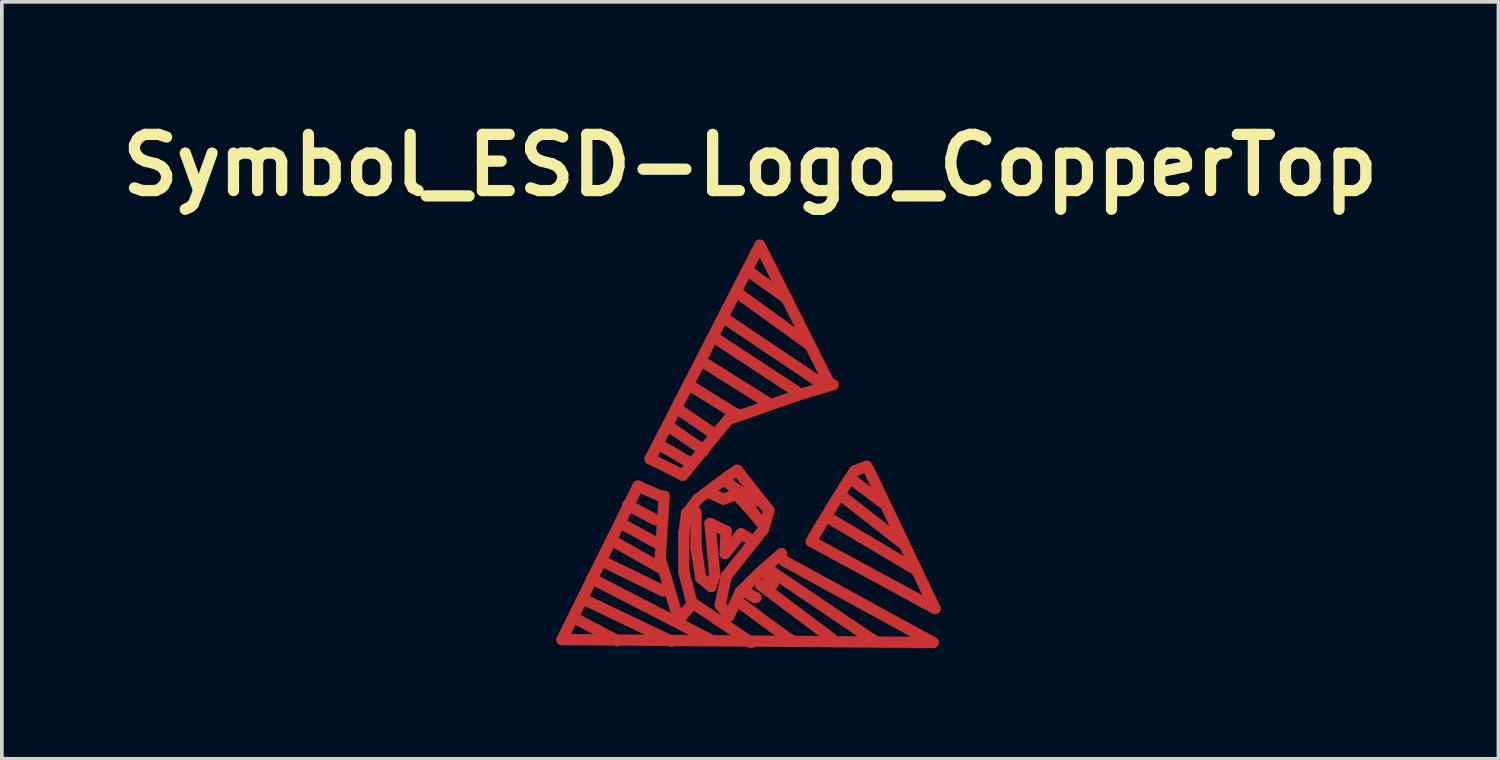
<source format=kicad_pcb>
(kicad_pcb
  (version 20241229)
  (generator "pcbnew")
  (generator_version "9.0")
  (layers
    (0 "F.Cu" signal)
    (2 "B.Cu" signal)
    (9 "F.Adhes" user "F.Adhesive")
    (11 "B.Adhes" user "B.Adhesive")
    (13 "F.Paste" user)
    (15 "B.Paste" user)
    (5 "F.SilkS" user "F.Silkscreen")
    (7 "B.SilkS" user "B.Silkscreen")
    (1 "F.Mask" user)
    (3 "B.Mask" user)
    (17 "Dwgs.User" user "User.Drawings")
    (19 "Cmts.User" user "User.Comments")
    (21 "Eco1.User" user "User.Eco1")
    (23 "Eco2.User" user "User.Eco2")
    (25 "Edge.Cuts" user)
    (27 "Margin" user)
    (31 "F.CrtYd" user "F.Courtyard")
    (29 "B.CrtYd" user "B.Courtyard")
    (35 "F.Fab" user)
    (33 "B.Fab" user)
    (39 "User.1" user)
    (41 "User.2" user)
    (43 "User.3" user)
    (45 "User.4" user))
  (footprint "Symbol_ESD-Logo_CopperTop"
    (layer "F.Cu")
    (at 17.337 10.977)
    (property "Reference" "Symbol_ESD-Logo_CopperTop" (at -0.051 -9.55 0) (layer "F.SilkS") (effects (font (size 1.524 1.524) (thickness 0.305))))
    (attr through_hole)
    (fp_line (start -5.151 3.312) (end 4.91 3.391) (stroke (width 0.305) (type solid)) (layer "F.Cu"))
    (fp_line (start -4.77 2.751) (end -3.65 3.343) (stroke (width 0.305) (type solid)) (layer "F.Cu"))
    (fp_line (start -4.559 2.223) (end -2.179 3.36) (stroke (width 0.305) (type solid)) (layer "F.Cu"))
    (fp_line (start -4.341 1.661) (end -1.14 3.312) (stroke (width 0.305) (type solid)) (layer "F.Cu"))
    (fp_line (start -4.031 1.201) (end -2.41 1.991) (stroke (width 0.305) (type solid)) (layer "F.Cu"))
    (fp_line (start -3.749 0.653) (end -2.461 1.382) (stroke (width 0.305) (type solid)) (layer "F.Cu"))
    (fp_line (start -3.551 0.163) (end -2.479 0.752) (stroke (width 0.305) (type solid)) (layer "F.Cu"))
    (fp_line (start -3.371 -0.338) (end -2.629 0.061) (stroke (width 0.305) (type solid)) (layer "F.Cu"))
    (fp_line (start -3.091 -0.848) (end -5.151 3.312) (stroke (width 0.305) (type solid)) (layer "F.Cu"))
    (fp_line (start -2.761 -1.587) (end -1.9 -1.158) (stroke (width 0.305) (type solid)) (layer "F.Cu"))
    (fp_line (start -2.51 -1.968) (end -1.689 -1.488) (stroke (width 0.305) (type solid)) (layer "F.Cu"))
    (fp_line (start -2.489 1.102) (end -1.991 2.771) (stroke (width 0.305) (type solid)) (layer "F.Cu"))
    (fp_line (start -2.461 -0.569) (end -3.091 -0.848) (stroke (width 0.305) (type solid)) (layer "F.Cu"))
    (fp_line (start -2.41 1.991) (end -2.38 1.991) (stroke (width 0.305) (type solid)) (layer "F.Cu"))
    (fp_line (start -2.38 -0.579) (end -2.489 1.102) (stroke (width 0.305) (type solid)) (layer "F.Cu"))
    (fp_line (start -2.23 -2.449) (end -1.311 -1.819) (stroke (width 0.305) (type solid)) (layer "F.Cu"))
    (fp_line (start -2.05 -2.959) (end -1.031 -2.268) (stroke (width 0.305) (type solid)) (layer "F.Cu"))
    (fp_line (start -1.991 2.771) (end -1.621 2.352) (stroke (width 0.305) (type solid)) (layer "F.Cu"))
    (fp_line (start -1.9 -1.158) (end -1.869 -1.158) (stroke (width 0.305) (type solid)) (layer "F.Cu"))
    (fp_line (start -1.849 0.422) (end -1.77 -0.119) (stroke (width 0.305) (type solid)) (layer "F.Cu"))
    (fp_line (start -1.849 1.481) (end -1.849 0.422) (stroke (width 0.305) (type solid)) (layer "F.Cu"))
    (fp_line (start -1.77 -0.119) (end -1.72 -0.168) (stroke (width 0.305) (type solid)) (layer "F.Cu"))
    (fp_line (start -1.72 -3.599) (end -0.45 -2.809) (stroke (width 0.305) (type solid)) (layer "F.Cu"))
    (fp_line (start -1.72 -0.168) (end -1.471 -0.498) (stroke (width 0.305) (type solid)) (layer "F.Cu"))
    (fp_line (start -1.621 2.352) (end -1.849 1.481) (stroke (width 0.305) (type solid)) (layer "F.Cu"))
    (fp_line (start -1.539 2.372) (end -0.02 3.391) (stroke (width 0.305) (type solid)) (layer "F.Cu"))
    (fp_line (start -1.519 -0.14) (end -1.519 0.803) (stroke (width 0.305) (type solid)) (layer "F.Cu"))
    (fp_line (start -1.519 0.803) (end -1.389 1.641) (stroke (width 0.305) (type solid)) (layer "F.Cu"))
    (fp_line (start -1.471 -0.498) (end -0.63 -1.128) (stroke (width 0.305) (type solid)) (layer "F.Cu"))
    (fp_line (start -1.389 1.641) (end -1.11 1.872) (stroke (width 0.305) (type solid)) (layer "F.Cu"))
    (fp_line (start -1.359 -4.229) (end 0.46 -3.089) (stroke (width 0.305) (type solid)) (layer "F.Cu"))
    (fp_line (start -1.311 -1.819) (end -1.311 -1.839) (stroke (width 0.305) (type solid)) (layer "F.Cu"))
    (fp_line (start -1.14 0.163) (end -0.701 0.371) (stroke (width 0.305) (type solid)) (layer "F.Cu"))
    (fp_line (start -1.11 -0.648) (end -0.78 -0.498) (stroke (width 0.305) (type solid)) (layer "F.Cu"))
    (fp_line (start -1.11 1.872) (end -1.011 1.562) (stroke (width 0.305) (type solid)) (layer "F.Cu"))
    (fp_line (start -1.011 -4.869) (end 1.199 -3.419) (stroke (width 0.305) (type solid)) (layer "F.Cu"))
    (fp_line (start -1.011 1.562) (end -1.14 0.163) (stroke (width 0.305) (type solid)) (layer "F.Cu"))
    (fp_line (start -0.861 2.372) (end -0.63 2.682) (stroke (width 0.305) (type solid)) (layer "F.Cu"))
    (fp_line (start -0.78 -0.498) (end -0.419 -0.617) (stroke (width 0.305) (type solid)) (layer "F.Cu"))
    (fp_line (start -0.749 -5.397) (end 1.859 -3.647) (stroke (width 0.305) (type solid)) (layer "F.Cu"))
    (fp_line (start -0.729 0.98) (end -0.3 0.442) (stroke (width 0.305) (type solid)) (layer "F.Cu"))
    (fp_line (start -0.701 0.371) (end -0.729 0.98) (stroke (width 0.305) (type solid)) (layer "F.Cu"))
    (fp_line (start -0.701 1.593) (end -0.861 2.372) (stroke (width 0.305) (type solid)) (layer "F.Cu"))
    (fp_line (start -0.65 -2.649) (end -1.88 -1.138) (stroke (width 0.305) (type solid)) (layer "F.Cu"))
    (fp_line (start -0.65 -0.93) (end 0.061 -0.419) (stroke (width 0.305) (type solid)) (layer "F.Cu"))
    (fp_line (start -0.63 -1.128) (end -0.401 -1.278) (stroke (width 0.305) (type solid)) (layer "F.Cu"))
    (fp_line (start -0.63 2.682) (end -0.32 2.022) (stroke (width 0.305) (type solid)) (layer "F.Cu"))
    (fp_line (start -0.45 -2.809) (end -0.419 -2.809) (stroke (width 0.305) (type solid)) (layer "F.Cu"))
    (fp_line (start -0.419 -0.617) (end 0.061 -0.089) (stroke (width 0.305) (type solid)) (layer "F.Cu"))
    (fp_line (start -0.401 -1.278) (end 0.46 -0.188) (stroke (width 0.305) (type solid)) (layer "F.Cu"))
    (fp_line (start -0.351 -6.058) (end 1.58 -4.658) (stroke (width 0.305) (type solid)) (layer "F.Cu"))
    (fp_line (start -0.351 2.301) (end 1.021 3.312) (stroke (width 0.305) (type solid)) (layer "F.Cu"))
    (fp_line (start -0.32 2.022) (end 0.191 1.511) (stroke (width 0.305) (type solid)) (layer "F.Cu"))
    (fp_line (start -0.3 0.442) (end -0.071 0.572) (stroke (width 0.305) (type solid)) (layer "F.Cu"))
    (fp_line (start -0.221 1.991) (end 0.079 2.172) (stroke (width 0.305) (type solid)) (layer "F.Cu"))
    (fp_line (start -0.089 -6.668) (end 0.95 -5.928) (stroke (width 0.305) (type solid)) (layer "F.Cu"))
    (fp_line (start 0.061 -0.089) (end 0.239 0.142) (stroke (width 0.305) (type solid)) (layer "F.Cu"))
    (fp_line (start 0.079 2.172) (end 0.109 2.172) (stroke (width 0.305) (type solid)) (layer "F.Cu"))
    (fp_line (start 0.191 1.511) (end 0.8 0.98) (stroke (width 0.305) (type solid)) (layer "F.Cu"))
    (fp_line (start 0.211 -7.379) (end -2.761 -1.587) (stroke (width 0.305) (type solid)) (layer "F.Cu"))
    (fp_line (start 0.239 1.841) (end 2.169 3.292) (stroke (width 0.305) (type solid)) (layer "F.Cu"))
    (fp_line (start 0.31 0.323) (end -0.701 1.593) (stroke (width 0.305) (type solid)) (layer "F.Cu"))
    (fp_line (start 0.31 1.46) (end 0.569 1.811) (stroke (width 0.305) (type solid)) (layer "F.Cu"))
    (fp_line (start 0.46 -0.188) (end 0.31 0.323) (stroke (width 0.305) (type solid)) (layer "F.Cu"))
    (fp_line (start 0.521 1.46) (end 3.259 3.312) (stroke (width 0.305) (type solid)) (layer "F.Cu"))
    (fp_line (start 1.021 3.312) (end 1.049 3.312) (stroke (width 0.305) (type solid)) (layer "F.Cu"))
    (fp_line (start 1.25 -3.317) (end -0.65 -2.649) (stroke (width 0.305) (type solid)) (layer "F.Cu"))
    (fp_line (start 1.61 0.653) (end 1.679 0.622) (stroke (width 0.305) (type solid)) (layer "F.Cu"))
    (fp_line (start 1.659 0.541) (end 2.169 -0.29) (stroke (width 0.305) (type solid)) (layer "F.Cu"))
    (fp_line (start 2.09 -3.647) (end 0.211 -7.379) (stroke (width 0.305) (type solid)) (layer "F.Cu"))
    (fp_line (start 2.121 0.041) (end 4.379 1.382) (stroke (width 0.305) (type solid)) (layer "F.Cu"))
    (fp_line (start 2.169 -0.29) (end 2.499 -0.828) (stroke (width 0.305) (type solid)) (layer "F.Cu"))
    (fp_line (start 2.2 -3.599) (end 1.25 -3.317) (stroke (width 0.305) (type solid)) (layer "F.Cu"))
    (fp_line (start 2.451 -0.569) (end 4.1 0.721) (stroke (width 0.305) (type solid)) (layer "F.Cu"))
    (fp_line (start 2.499 -0.828) (end 2.779 -1.257) (stroke (width 0.305) (type solid)) (layer "F.Cu"))
    (fp_line (start 2.7 -1.029) (end 3.541 -0.399) (stroke (width 0.305) (type solid)) (layer "F.Cu"))
    (fp_line (start 2.779 -1.257) (end 3.109 -1.389) (stroke (width 0.305) (type solid)) (layer "F.Cu"))
    (fp_line (start 3.16 -1.308) (end 4.961 2.471) (stroke (width 0.305) (type solid)) (layer "F.Cu"))
    (fp_line (start 3.259 3.312) (end 3.279 3.312) (stroke (width 0.305) (type solid)) (layer "F.Cu"))
    (fp_line (start 4.91 3.391) (end 0.869 1.181) (stroke (width 0.305) (type solid)) (layer "F.Cu"))
    (fp_line (start 4.961 2.471) (end 1.61 0.653) (stroke (width 0.305) (type solid)) (layer "F.Cu")))
  (gr_rect
    (start -3 -3)
    (end 37.573 17.52)
    (stroke (width 0.1) (type default))
    (fill no)
    (layer "Edge.Cuts")))
</source>
